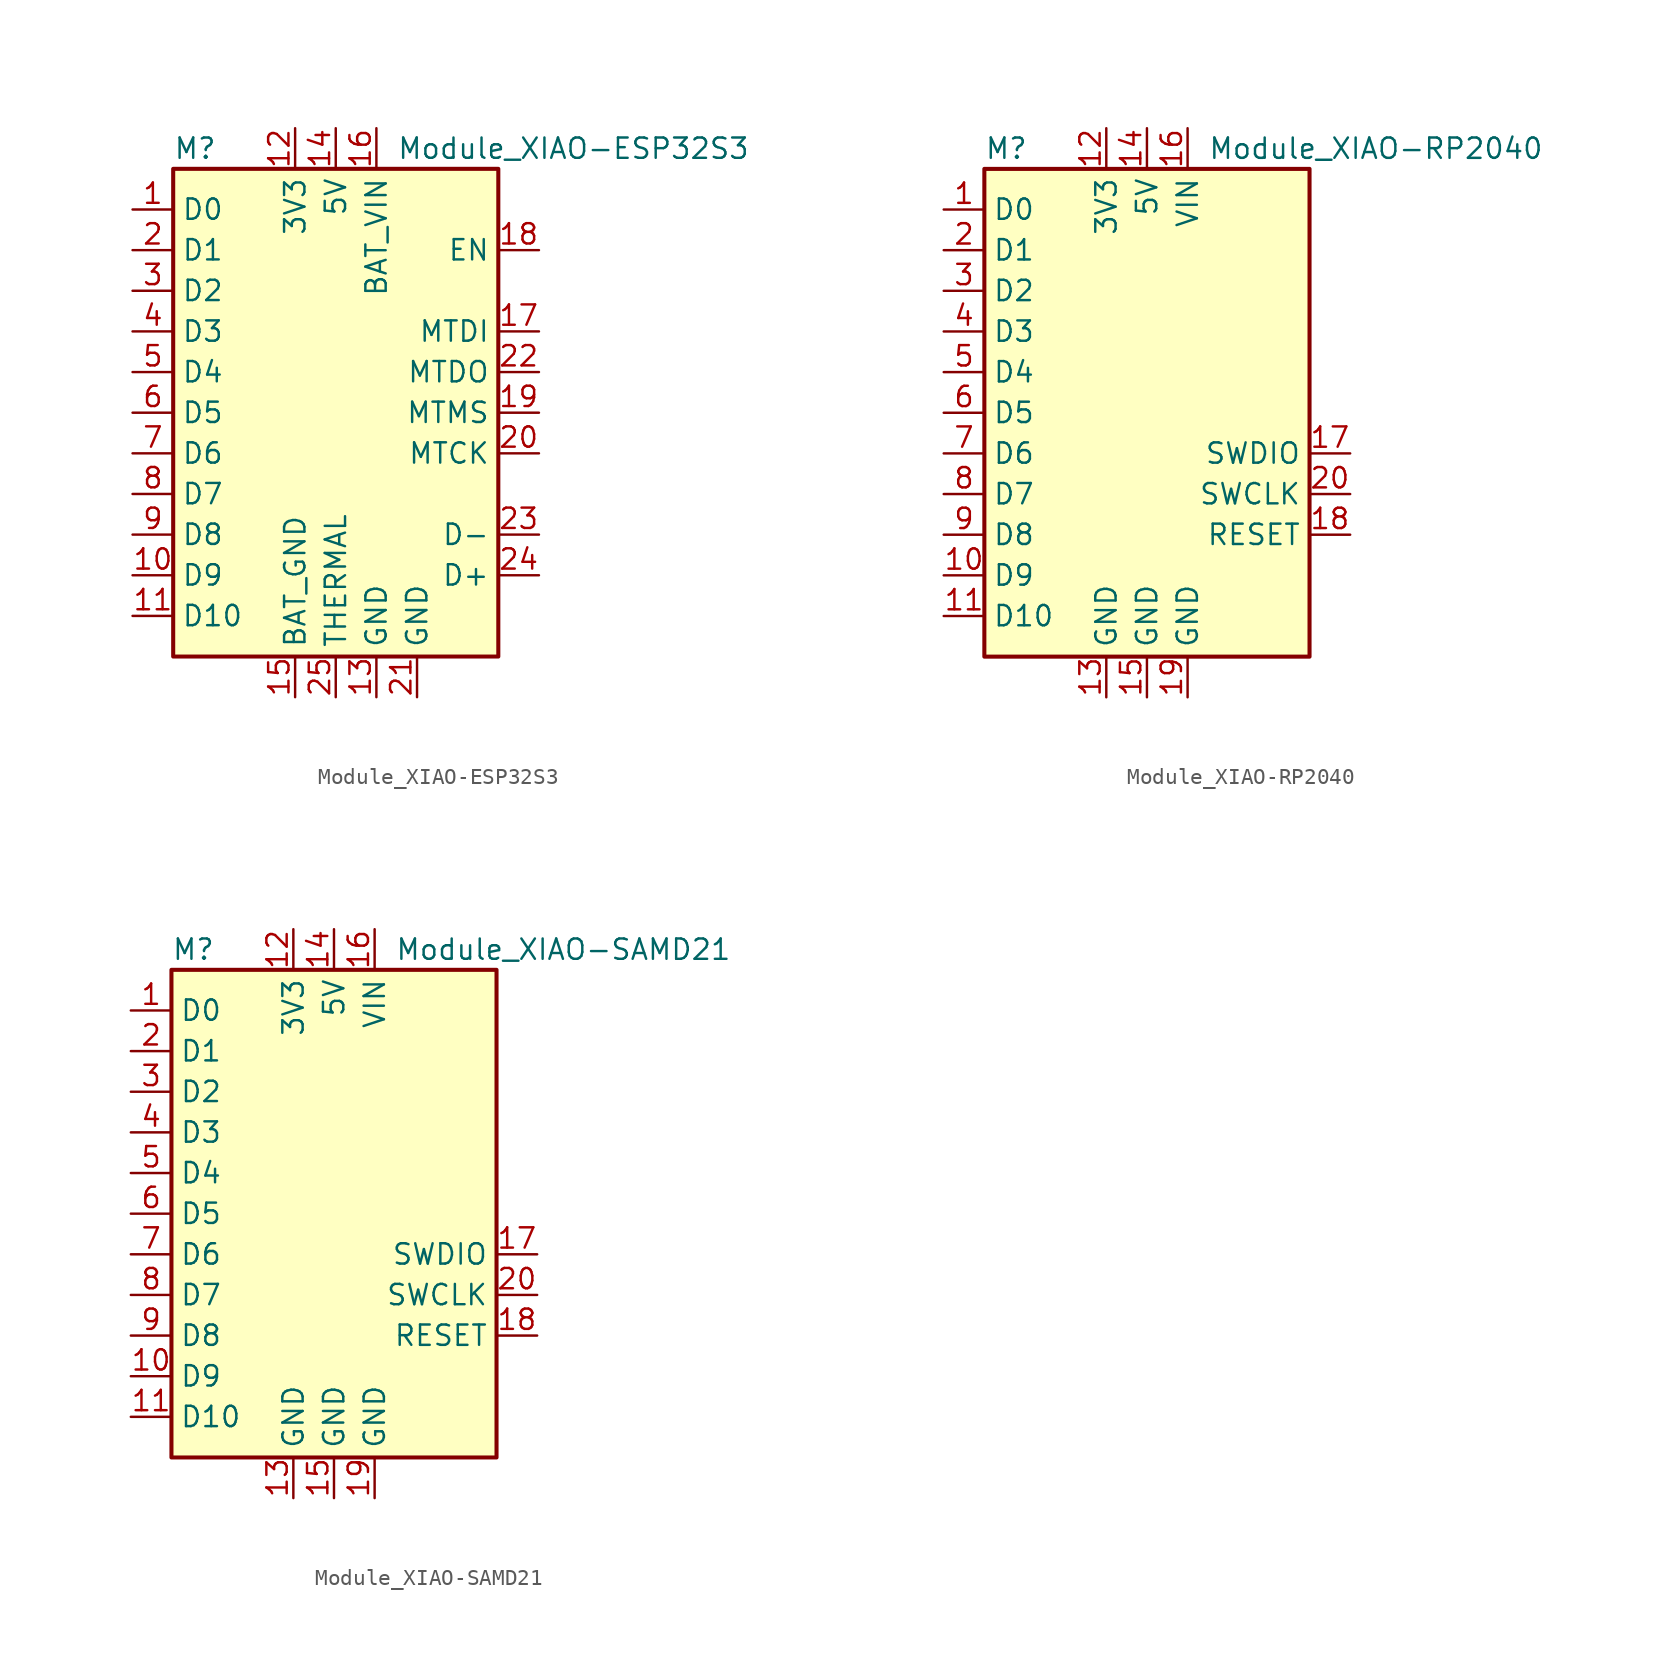
<source format=kicad_sym>
(kicad_symbol_lib
  (version 20231120)
  (generator "kicad_symbol_editor")
  (generator_version "8.0")
  (symbol "Module_XIAO-ESP32S3"
    (property "Reference" "M"
      (at -10.16 16.51 0)
      (effects (font (size 1.27 1.27)) (justify left)))
    (property "Value" "Module_XIAO-ESP32S3"
      (at 3.81 16.51 0)
      (effects (font (size 1.27 1.27)) (justify left)))
    (symbol "Module_XIAO-ESP32S3_1_1"
      (rectangle (start -10.16 15.24) (end 10.16 -15.24) (stroke (width 0.254) (type default)) (fill (type background)))
      (pin bidirectional line (at -12.7 12.7 0) (length 2.54) (name "D0" (effects (font (size 1.27 1.27)))) (number "1" (effects (font (size 1.27 1.27)))))
      (pin bidirectional line (at -12.7 -10.16 0) (length 2.54) (name "D9" (effects (font (size 1.27 1.27)))) (number "10" (effects (font (size 1.27 1.27)))))
      (pin bidirectional line (at -12.7 -12.7 0) (length 2.54) (name "D10" (effects (font (size 1.27 1.27)))) (number "11" (effects (font (size 1.27 1.27)))))
      (pin power_in line (at -2.54 17.78 270) (length 2.54) (name "3V3" (effects (font (size 1.27 1.27)))) (number "12" (effects (font (size 1.27 1.27)))))
      (pin power_in line (at 2.54 -17.78 90) (length 2.54) (name "GND" (effects (font (size 1.27 1.27)))) (number "13" (effects (font (size 1.27 1.27)))))
      (pin power_in line (at 0 17.78 270) (length 2.54) (name "5V" (effects (font (size 1.27 1.27)))) (number "14" (effects (font (size 1.27 1.27)))))
      (pin power_in line (at -2.54 -17.78 90) (length 2.54) (name "BAT_GND" (effects (font (size 1.27 1.27)))) (number "15" (effects (font (size 1.27 1.27)))))
      (pin power_in line (at 2.54 17.78 270) (length 2.54) (name "BAT_VIN" (effects (font (size 1.27 1.27)))) (number "16" (effects (font (size 1.27 1.27)))))
      (pin input line (at 12.7 5.08 180) (length 2.54) (name "MTDI" (effects (font (size 1.27 1.27)))) (number "17" (effects (font (size 1.27 1.27)))))
      (pin input line (at 12.7 10.16 180) (length 2.54) (name "EN" (effects (font (size 1.27 1.27)))) (number "18" (effects (font (size 1.27 1.27)))))
      (pin input line (at 12.7 0 180) (length 2.54) (name "MTMS" (effects (font (size 1.27 1.27)))) (number "19" (effects (font (size 1.27 1.27)))))
      (pin bidirectional line (at -12.7 10.16 0) (length 2.54) (name "D1" (effects (font (size 1.27 1.27)))) (number "2" (effects (font (size 1.27 1.27)))))
      (pin input line (at 12.7 -2.54 180) (length 2.54) (name "MTCK" (effects (font (size 1.27 1.27)))) (number "20" (effects (font (size 1.27 1.27)))))
      (pin power_in line (at 5.08 -17.78 90) (length 2.54) (name "GND" (effects (font (size 1.27 1.27)))) (number "21" (effects (font (size 1.27 1.27)))))
      (pin output line (at 12.7 2.54 180) (length 2.54) (name "MTDO" (effects (font (size 1.27 1.27)))) (number "22" (effects (font (size 1.27 1.27)))))
      (pin bidirectional line (at 12.7 -7.62 180) (length 2.54) (name "D-" (effects (font (size 1.27 1.27)))) (number "23" (effects (font (size 1.27 1.27)))))
      (pin bidirectional line (at 12.7 -10.16 180) (length 2.54) (name "D+" (effects (font (size 1.27 1.27)))) (number "24" (effects (font (size 1.27 1.27)))))
      (pin power_in line (at 0 -17.78 90) (length 2.54) (name "THERMAL" (effects (font (size 1.27 1.27)))) (number "25" (effects (font (size 1.27 1.27)))))
      (pin bidirectional line (at -12.7 7.62 0) (length 2.54) (name "D2" (effects (font (size 1.27 1.27)))) (number "3" (effects (font (size 1.27 1.27)))))
      (pin bidirectional line (at -12.7 5.08 0) (length 2.54) (name "D3" (effects (font (size 1.27 1.27)))) (number "4" (effects (font (size 1.27 1.27)))))
      (pin bidirectional line (at -12.7 2.54 0) (length 2.54) (name "D4" (effects (font (size 1.27 1.27)))) (number "5" (effects (font (size 1.27 1.27)))))
      (pin bidirectional line (at -12.7 0 0) (length 2.54) (name "D5" (effects (font (size 1.27 1.27)))) (number "6" (effects (font (size 1.27 1.27)))))
      (pin bidirectional line (at -12.7 -2.54 0) (length 2.54) (name "D6" (effects (font (size 1.27 1.27)))) (number "7" (effects (font (size 1.27 1.27)))))
      (pin bidirectional line (at -12.7 -5.08 0) (length 2.54) (name "D7" (effects (font (size 1.27 1.27)))) (number "8" (effects (font (size 1.27 1.27)))))
      (pin bidirectional line (at -12.7 -7.62 0) (length 2.54) (name "D8" (effects (font (size 1.27 1.27)))) (number "9" (effects (font (size 1.27 1.27)))))))
  (symbol "Module_XIAO-RP2040"
    (property "Reference" "M"
      (at -10.16 16.51 0)
      (effects (font (size 1.27 1.27)) (justify left)))
    (property "Value" "Module_XIAO-RP2040"
      (at 3.81 16.51 0)
      (effects (font (size 1.27 1.27)) (justify left)))
    (symbol "Module_XIAO-RP2040_1_1"
      (rectangle (start -10.16 15.24) (end 10.16 -15.24) (stroke (width 0.254) (type default)) (fill (type background)))
      (pin bidirectional line (at -12.7 12.7 0) (length 2.54) (name "D0" (effects (font (size 1.27 1.27)))) (number "1" (effects (font (size 1.27 1.27)))))
      (pin bidirectional line (at -12.7 -10.16 0) (length 2.54) (name "D9" (effects (font (size 1.27 1.27)))) (number "10" (effects (font (size 1.27 1.27)))))
      (pin bidirectional line (at -12.7 -12.7 0) (length 2.54) (name "D10" (effects (font (size 1.27 1.27)))) (number "11" (effects (font (size 1.27 1.27)))))
      (pin power_in line (at -2.54 17.78 270) (length 2.54) (name "3V3" (effects (font (size 1.27 1.27)))) (number "12" (effects (font (size 1.27 1.27)))))
      (pin power_in line (at -2.54 -17.78 90) (length 2.54) (name "GND" (effects (font (size 1.27 1.27)))) (number "13" (effects (font (size 1.27 1.27)))))
      (pin power_in line (at 0 17.78 270) (length 2.54) (name "5V" (effects (font (size 1.27 1.27)))) (number "14" (effects (font (size 1.27 1.27)))))
      (pin power_in line (at 0 -17.78 90) (length 2.54) (name "GND" (effects (font (size 1.27 1.27)))) (number "15" (effects (font (size 1.27 1.27)))))
      (pin power_in line (at 2.54 17.78 270) (length 2.54) (name "VIN" (effects (font (size 1.27 1.27)))) (number "16" (effects (font (size 1.27 1.27)))))
      (pin bidirectional line (at 12.7 -2.54 180) (length 2.54) (name "SWDIO" (effects (font (size 1.27 1.27)))) (number "17" (effects (font (size 1.27 1.27)))))
      (pin input line (at 12.7 -7.62 180) (length 2.54) (name "RESET" (effects (font (size 1.27 1.27)))) (number "18" (effects (font (size 1.27 1.27)))))
      (pin power_in line (at 2.54 -17.78 90) (length 2.54) (name "GND" (effects (font (size 1.27 1.27)))) (number "19" (effects (font (size 1.27 1.27)))))
      (pin bidirectional line (at -12.7 10.16 0) (length 2.54) (name "D1" (effects (font (size 1.27 1.27)))) (number "2" (effects (font (size 1.27 1.27)))))
      (pin input line (at 12.7 -5.08 180) (length 2.54) (name "SWCLK" (effects (font (size 1.27 1.27)))) (number "20" (effects (font (size 1.27 1.27)))))
      (pin bidirectional line (at -12.7 7.62 0) (length 2.54) (name "D2" (effects (font (size 1.27 1.27)))) (number "3" (effects (font (size 1.27 1.27)))))
      (pin bidirectional line (at -12.7 5.08 0) (length 2.54) (name "D3" (effects (font (size 1.27 1.27)))) (number "4" (effects (font (size 1.27 1.27)))))
      (pin bidirectional line (at -12.7 2.54 0) (length 2.54) (name "D4" (effects (font (size 1.27 1.27)))) (number "5" (effects (font (size 1.27 1.27)))))
      (pin bidirectional line (at -12.7 0 0) (length 2.54) (name "D5" (effects (font (size 1.27 1.27)))) (number "6" (effects (font (size 1.27 1.27)))))
      (pin bidirectional line (at -12.7 -2.54 0) (length 2.54) (name "D6" (effects (font (size 1.27 1.27)))) (number "7" (effects (font (size 1.27 1.27)))))
      (pin bidirectional line (at -12.7 -5.08 0) (length 2.54) (name "D7" (effects (font (size 1.27 1.27)))) (number "8" (effects (font (size 1.27 1.27)))))
      (pin bidirectional line (at -12.7 -7.62 0) (length 2.54) (name "D8" (effects (font (size 1.27 1.27)))) (number "9" (effects (font (size 1.27 1.27)))))))
  (symbol "Module_XIAO-SAMD21"
    (property "Reference" "M"
      (at -10.16 16.51 0)
      (effects (font (size 1.27 1.27)) (justify left)))
    (property "Value" "Module_XIAO-SAMD21"
      (at 3.81 16.51 0)
      (effects (font (size 1.27 1.27)) (justify left)))
    (symbol "Module_XIAO-SAMD21_1_1"
      (rectangle (start -10.16 15.24) (end 10.16 -15.24) (stroke (width 0.254) (type default)) (fill (type background)))
      (pin bidirectional line (at -12.7 12.7 0) (length 2.54) (name "D0" (effects (font (size 1.27 1.27)))) (number "1" (effects (font (size 1.27 1.27)))))
      (pin bidirectional line (at -12.7 -10.16 0) (length 2.54) (name "D9" (effects (font (size 1.27 1.27)))) (number "10" (effects (font (size 1.27 1.27)))))
      (pin bidirectional line (at -12.7 -12.7 0) (length 2.54) (name "D10" (effects (font (size 1.27 1.27)))) (number "11" (effects (font (size 1.27 1.27)))))
      (pin power_in line (at -2.54 17.78 270) (length 2.54) (name "3V3" (effects (font (size 1.27 1.27)))) (number "12" (effects (font (size 1.27 1.27)))))
      (pin power_in line (at -2.54 -17.78 90) (length 2.54) (name "GND" (effects (font (size 1.27 1.27)))) (number "13" (effects (font (size 1.27 1.27)))))
      (pin power_in line (at 0 17.78 270) (length 2.54) (name "5V" (effects (font (size 1.27 1.27)))) (number "14" (effects (font (size 1.27 1.27)))))
      (pin power_in line (at 0 -17.78 90) (length 2.54) (name "GND" (effects (font (size 1.27 1.27)))) (number "15" (effects (font (size 1.27 1.27)))))
      (pin power_in line (at 2.54 17.78 270) (length 2.54) (name "VIN" (effects (font (size 1.27 1.27)))) (number "16" (effects (font (size 1.27 1.27)))))
      (pin bidirectional line (at 12.7 -2.54 180) (length 2.54) (name "SWDIO" (effects (font (size 1.27 1.27)))) (number "17" (effects (font (size 1.27 1.27)))))
      (pin input line (at 12.7 -7.62 180) (length 2.54) (name "RESET" (effects (font (size 1.27 1.27)))) (number "18" (effects (font (size 1.27 1.27)))))
      (pin power_in line (at 2.54 -17.78 90) (length 2.54) (name "GND" (effects (font (size 1.27 1.27)))) (number "19" (effects (font (size 1.27 1.27)))))
      (pin bidirectional line (at -12.7 10.16 0) (length 2.54) (name "D1" (effects (font (size 1.27 1.27)))) (number "2" (effects (font (size 1.27 1.27)))))
      (pin input line (at 12.7 -5.08 180) (length 2.54) (name "SWCLK" (effects (font (size 1.27 1.27)))) (number "20" (effects (font (size 1.27 1.27)))))
      (pin bidirectional line (at -12.7 7.62 0) (length 2.54) (name "D2" (effects (font (size 1.27 1.27)))) (number "3" (effects (font (size 1.27 1.27)))))
      (pin bidirectional line (at -12.7 5.08 0) (length 2.54) (name "D3" (effects (font (size 1.27 1.27)))) (number "4" (effects (font (size 1.27 1.27)))))
      (pin bidirectional line (at -12.7 2.54 0) (length 2.54) (name "D4" (effects (font (size 1.27 1.27)))) (number "5" (effects (font (size 1.27 1.27)))))
      (pin bidirectional line (at -12.7 0 0) (length 2.54) (name "D5" (effects (font (size 1.27 1.27)))) (number "6" (effects (font (size 1.27 1.27)))))
      (pin bidirectional line (at -12.7 -2.54 0) (length 2.54) (name "D6" (effects (font (size 1.27 1.27)))) (number "7" (effects (font (size 1.27 1.27)))))
      (pin bidirectional line (at -12.7 -5.08 0) (length 2.54) (name "D7" (effects (font (size 1.27 1.27)))) (number "8" (effects (font (size 1.27 1.27)))))
      (pin bidirectional line (at -12.7 -7.62 0) (length 2.54) (name "D8" (effects (font (size 1.27 1.27)))) (number "9" (effects (font (size 1.27 1.27))))))))
</source>
